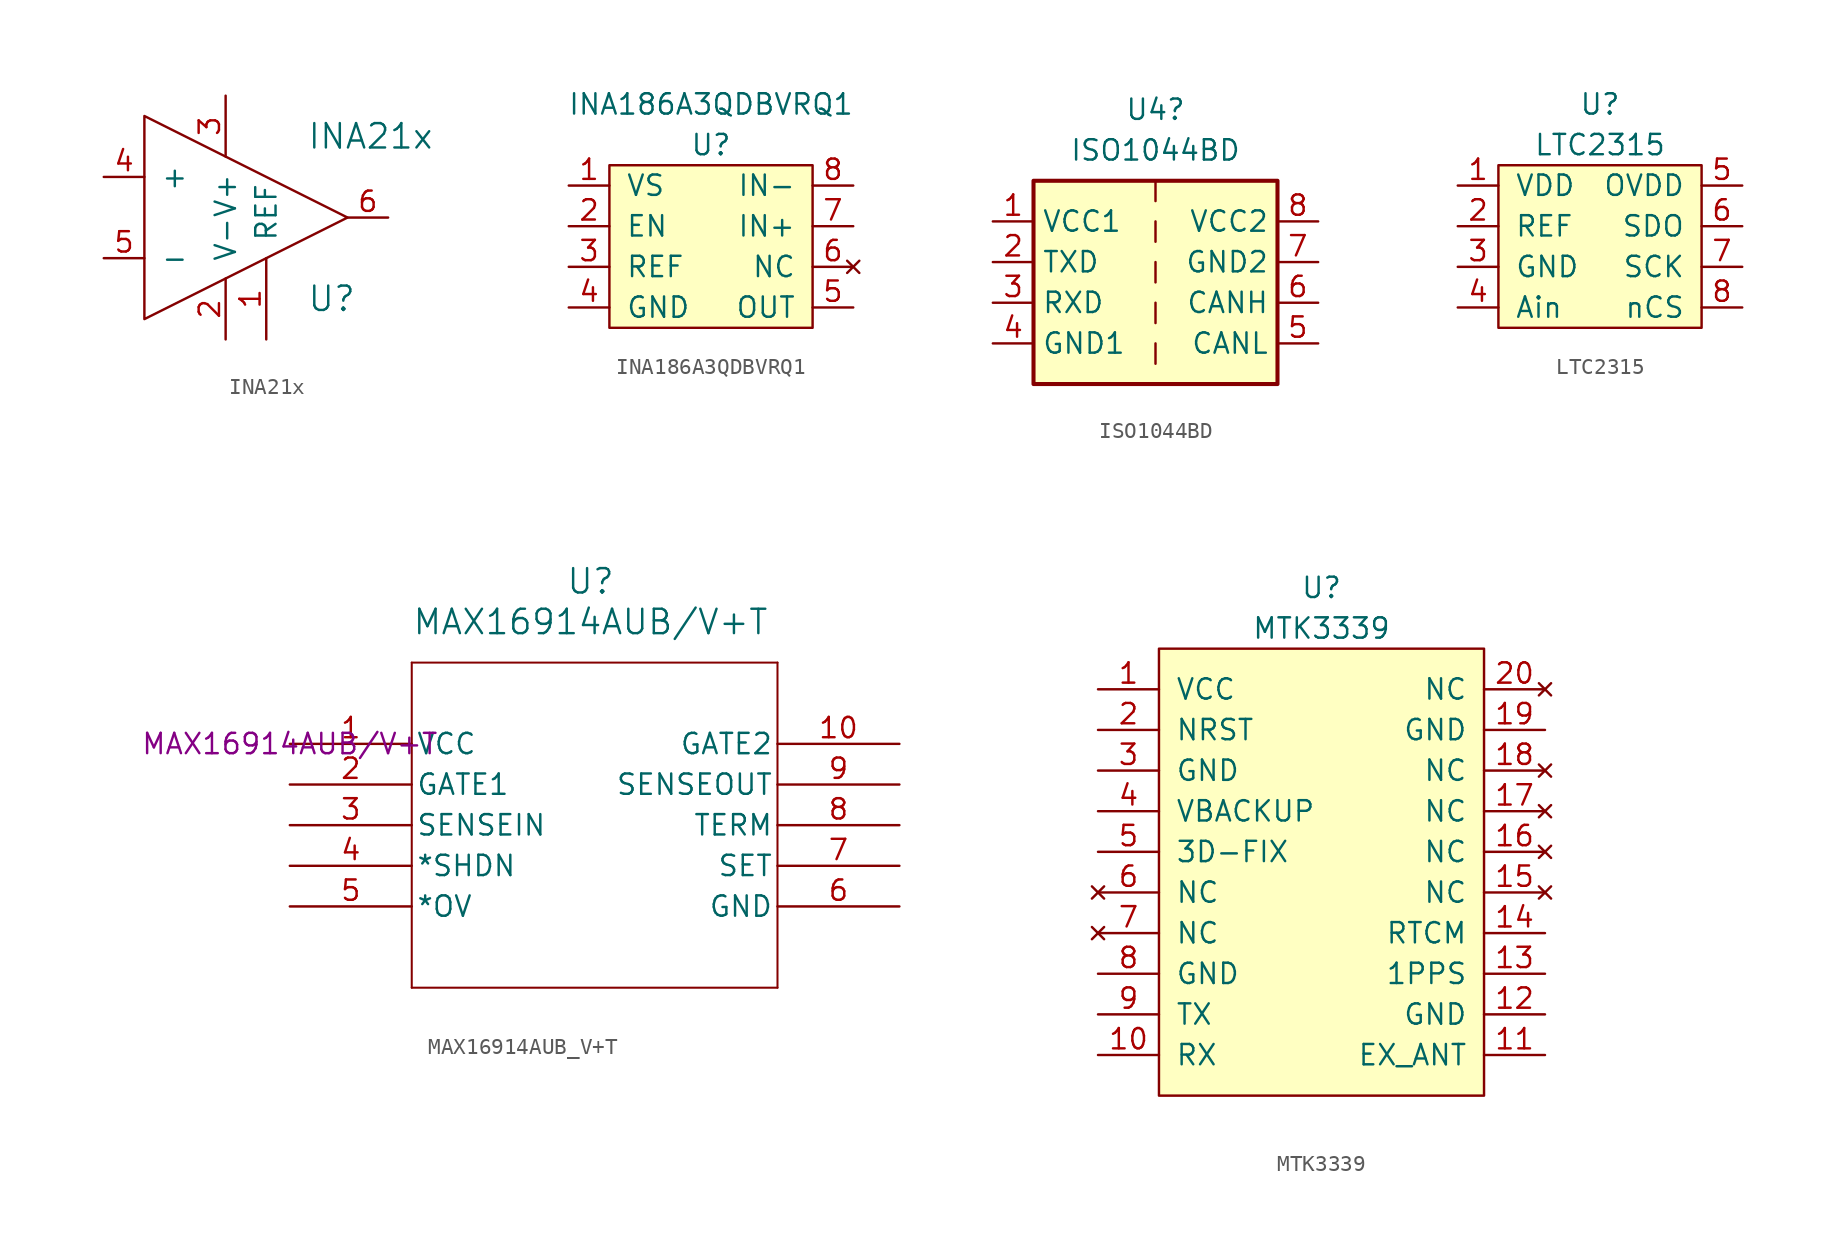
<source format=kicad_sym>
(kicad_symbol_lib
  (version 20220914)
  (generator kicad_symbol_editor)
  (symbol "INA21x"
    (pin_names
      (offset 1.016))
    (property "Reference" "U"
      (at 5.08 -5.08 0)
      (effects (font (size 1.524 1.524)) (justify left)))
    (property "Value" "INA21x"
      (at 5.08 5.08 0)
      (effects (font (size 1.524 1.524)) (justify left)))
    (symbol "INA21x_0_1"
      (polyline (pts (xy -5.08 6.35) (xy 7.62 0) (xy -5.08 -6.35) (xy -5.08 6.35)) (stroke (width 0) (type solid)) (fill (type none))))
    (symbol "INA21x_1_1"
      (pin input line (at 2.54 -7.62 90) (length 5.08) (name "REF" (effects (font (size 1.27 1.27)))) (number "1" (effects (font (size 1.27 1.27)))))
      (pin power_in line (at 0 -7.62 90) (length 3.81) (name "V-" (effects (font (size 1.27 1.27)))) (number "2" (effects (font (size 1.27 1.27)))))
      (pin power_in line (at 0 7.62 270) (length 3.81) (name "V+" (effects (font (size 1.27 1.27)))) (number "3" (effects (font (size 1.27 1.27)))))
      (pin input line (at -7.62 2.54 0) (length 2.54) (name "+" (effects (font (size 1.27 1.27)))) (number "4" (effects (font (size 1.27 1.27)))))
      (pin input line (at -7.62 -2.54 0) (length 2.54) (name "-" (effects (font (size 1.27 1.27)))) (number "5" (effects (font (size 1.27 1.27)))))
      (pin output line (at 10.16 0 180) (length 2.54) (name "~" (effects (font (size 1.27 1.27)))) (number "6" (effects (font (size 1.27 1.27)))))))
  (symbol "INA186A3QDBVRQ1"
    (pin_names
      (offset 1.016))
    (property "Reference" "U"
      (at 0 5.08 0)
      (effects (font (size 1.27 1.27))))
    (property "Value" "INA186A3QDBVRQ1"
      (at 0 7.62 0)
      (effects (font (size 1.27 1.27))))
    (symbol "INA186A3QDBVRQ1_0_1"
      (rectangle (start 6.35 -6.35) (end -6.35 3.81) (stroke (width 0) (type solid)) (fill (type background))))
    (symbol "INA186A3QDBVRQ1_1_1"
      (pin power_in line (at -8.89 2.54 0) (length 2.54) (name "VS" (effects (font (size 1.27 1.27)))) (number "1" (effects (font (size 1.27 1.27)))))
      (pin input line (at -8.89 0 0) (length 2.54) (name "EN" (effects (font (size 1.27 1.27)))) (number "2" (effects (font (size 1.27 1.27)))))
      (pin input line (at -8.89 -2.54 0) (length 2.54) (name "REF" (effects (font (size 1.27 1.27)))) (number "3" (effects (font (size 1.27 1.27)))))
      (pin power_in line (at -8.89 -5.08 0) (length 2.54) (name "GND" (effects (font (size 1.27 1.27)))) (number "4" (effects (font (size 1.27 1.27)))))
      (pin output line (at 8.89 -5.08 180) (length 2.54) (name "OUT" (effects (font (size 1.27 1.27)))) (number "5" (effects (font (size 1.27 1.27)))))
      (pin no_connect line (at 8.89 -2.54 180) (length 2.54) (name "NC" (effects (font (size 1.27 1.27)))) (number "6" (effects (font (size 1.27 1.27)))))
      (pin input line (at 8.89 0 180) (length 2.54) (name "IN+" (effects (font (size 1.27 1.27)))) (number "7" (effects (font (size 1.27 1.27)))))
      (pin input line (at 8.89 2.54 180) (length 2.54) (name "IN-" (effects (font (size 1.27 1.27)))) (number "8" (effects (font (size 1.27 1.27)))))))
  (symbol "ISO1044BD"
    (property "Reference" "U4"
      (at 0 9.525 0)
      (effects (font (size 1.27 1.27))))
    (property "Value" "ISO1044BD"
      (at 0 6.985 0)
      (effects (font (size 1.27 1.27))))
    (symbol "ISO1044BD_0_1"
      (rectangle (start -7.62 5.08) (end 7.62 -7.62) (stroke (width 0.254) (type default)) (fill (type background)))
      (polyline (pts (xy 0 -5.08) (xy 0 -6.35)) (stroke (width 0) (type default)) (fill (type none)))
      (polyline (pts (xy 0 -2.54) (xy 0 -3.81)) (stroke (width 0) (type default)) (fill (type none)))
      (polyline (pts (xy 0 0) (xy 0 -1.27)) (stroke (width 0) (type default)) (fill (type none)))
      (polyline (pts (xy 0 2.54) (xy 0 1.27)) (stroke (width 0) (type default)) (fill (type none)))
      (polyline (pts (xy 0 5.08) (xy 0 3.81)) (stroke (width 0) (type default)) (fill (type none))))
    (symbol "ISO1044BD_1_1"
      (pin power_in line (at -10.16 2.54 0) (length 2.54) (name "VCC1" (effects (font (size 1.27 1.27)))) (number "1" (effects (font (size 1.27 1.27)))))
      (pin input line (at -10.16 0 0) (length 2.54) (name "TXD" (effects (font (size 1.27 1.27)))) (number "2" (effects (font (size 1.27 1.27)))))
      (pin output line (at -10.16 -2.54 0) (length 2.54) (name "RXD" (effects (font (size 1.27 1.27)))) (number "3" (effects (font (size 1.27 1.27)))))
      (pin power_in line (at -10.16 -5.08 0) (length 2.54) (name "GND1" (effects (font (size 1.27 1.27)))) (number "4" (effects (font (size 1.27 1.27)))))
      (pin bidirectional line (at 10.16 -5.08 180) (length 2.54) (name "CANL" (effects (font (size 1.27 1.27)))) (number "5" (effects (font (size 1.27 1.27)))))
      (pin bidirectional line (at 10.16 -2.54 180) (length 2.54) (name "CANH" (effects (font (size 1.27 1.27)))) (number "6" (effects (font (size 1.27 1.27)))))
      (pin power_in line (at 10.16 0 180) (length 2.54) (name "GND2" (effects (font (size 1.27 1.27)))) (number "7" (effects (font (size 1.27 1.27)))))
      (pin power_in line (at 10.16 2.54 180) (length 2.54) (name "VCC2" (effects (font (size 1.27 1.27)))) (number "8" (effects (font (size 1.27 1.27)))))))
  (symbol "LTC2315"
    (pin_names
      (offset 1.016))
    (property "Reference" "U"
      (at 2.54 8.89 0)
      (effects (font (size 1.27 1.27))))
    (property "Value" "LTC2315"
      (at 2.54 6.35 0)
      (effects (font (size 1.27 1.27))))
    (symbol "LTC2315_0_1"
      (rectangle (start -3.81 5.08) (end 8.89 -5.08) (stroke (width 0) (type solid)) (fill (type background))))
    (symbol "LTC2315_1_1"
      (pin power_in line (at -6.35 3.81 0) (length 2.54) (name "VDD" (effects (font (size 1.27 1.27)))) (number "1" (effects (font (size 1.27 1.27)))))
      (pin bidirectional line (at -6.35 1.27 0) (length 2.54) (name "REF" (effects (font (size 1.27 1.27)))) (number "2" (effects (font (size 1.27 1.27)))))
      (pin power_in line (at -6.35 -1.27 0) (length 2.54) (name "GND" (effects (font (size 1.27 1.27)))) (number "3" (effects (font (size 1.27 1.27)))))
      (pin input line (at -6.35 -3.81 0) (length 2.54) (name "Ain" (effects (font (size 1.27 1.27)))) (number "4" (effects (font (size 1.27 1.27)))))
      (pin power_in line (at 11.43 3.81 180) (length 2.54) (name "OVDD" (effects (font (size 1.27 1.27)))) (number "5" (effects (font (size 1.27 1.27)))))
      (pin input line (at 11.43 1.27 180) (length 2.54) (name "SDO" (effects (font (size 1.27 1.27)))) (number "6" (effects (font (size 1.27 1.27)))))
      (pin input line (at 11.43 -1.27 180) (length 2.54) (name "SCK" (effects (font (size 1.27 1.27)))) (number "7" (effects (font (size 1.27 1.27)))))
      (pin input line (at 11.43 -3.81 180) (length 2.54) (name "nCS" (effects (font (size 1.27 1.27)))) (number "8" (effects (font (size 1.27 1.27)))))))
  (symbol "MAX16914AUB_V+T"
    (pin_names
      (offset 0.254))
    (property "Reference" "U"
      (at 18.796 10.16 0)
      (effects (font (size 1.524 1.524))))
    (property "Value" "MAX16914AUB/V+T"
      (at 18.796 7.62 0)
      (effects (font (size 1.524 1.524))))
    (property "P/N" "MAX16914AUB/V+T"
      (at 0 0 0)
      (effects (font (size 1.27 1.27))))
    (symbol "MAX16914AUB_V+T_0_1"
      (polyline (pts (xy 7.62 -15.24) (xy 30.48 -15.24)) (stroke (width 0.127) (type default)) (fill (type none)))
      (polyline (pts (xy 7.62 5.08) (xy 7.62 -15.24)) (stroke (width 0.127) (type default)) (fill (type none)))
      (polyline (pts (xy 30.48 -15.24) (xy 30.48 5.08)) (stroke (width 0.127) (type default)) (fill (type none)))
      (polyline (pts (xy 30.48 5.08) (xy 7.62 5.08)) (stroke (width 0.127) (type default)) (fill (type none)))
      (pin power_in line (at 0 0 0) (length 7.62) (name "VCC" (effects (font (size 1.27 1.27)))) (number "1" (effects (font (size 1.27 1.27)))))
      (pin bidirectional line (at 38.1 0 180) (length 7.62) (name "GATE2" (effects (font (size 1.27 1.27)))) (number "10" (effects (font (size 1.27 1.27)))))
      (pin bidirectional line (at 0 -2.54 0) (length 7.62) (name "GATE1" (effects (font (size 1.27 1.27)))) (number "2" (effects (font (size 1.27 1.27)))))
      (pin input line (at 0 -5.08 0) (length 7.62) (name "SENSEIN" (effects (font (size 1.27 1.27)))) (number "3" (effects (font (size 1.27 1.27)))))
      (pin bidirectional line (at 0 -7.62 0) (length 7.62) (name "*SHDN" (effects (font (size 1.27 1.27)))) (number "4" (effects (font (size 1.27 1.27)))))
      (pin bidirectional line (at 0 -10.16 0) (length 7.62) (name "*OV" (effects (font (size 1.27 1.27)))) (number "5" (effects (font (size 1.27 1.27)))))
      (pin power_in line (at 38.1 -10.16 180) (length 7.62) (name "GND" (effects (font (size 1.27 1.27)))) (number "6" (effects (font (size 1.27 1.27)))))
      (pin bidirectional line (at 38.1 -7.62 180) (length 7.62) (name "SET" (effects (font (size 1.27 1.27)))) (number "7" (effects (font (size 1.27 1.27)))))
      (pin bidirectional line (at 38.1 -5.08 180) (length 7.62) (name "TERM" (effects (font (size 1.27 1.27)))) (number "8" (effects (font (size 1.27 1.27)))))
      (pin output line (at 38.1 -2.54 180) (length 7.62) (name "SENSEOUT" (effects (font (size 1.27 1.27)))) (number "9" (effects (font (size 1.27 1.27)))))))
  (symbol "MTK3339"
    (pin_names
      (offset 1.016))
    (property "Reference" "U"
      (at 0 3.81 0)
      (effects (font (size 1.27 1.27))))
    (property "Value" "MTK3339"
      (at 0 1.27 0)
      (effects (font (size 1.27 1.27))))
    (symbol "MTK3339_0_1"
      (rectangle (start -10.16 0) (end 10.16 -27.94) (stroke (width 0) (type solid)) (fill (type background))))
    (symbol "MTK3339_1_1"
      (pin power_in line (at -13.97 -2.54 0) (length 3.81) (name "VCC" (effects (font (size 1.27 1.27)))) (number "1" (effects (font (size 1.27 1.27)))))
      (pin input line (at -13.97 -25.4 0) (length 3.81) (name "RX" (effects (font (size 1.27 1.27)))) (number "10" (effects (font (size 1.27 1.27)))))
      (pin input line (at 13.97 -25.4 180) (length 3.81) (name "EX_ANT" (effects (font (size 1.27 1.27)))) (number "11" (effects (font (size 1.27 1.27)))))
      (pin power_in line (at 13.97 -22.86 180) (length 3.81) (name "GND" (effects (font (size 1.27 1.27)))) (number "12" (effects (font (size 1.27 1.27)))))
      (pin output line (at 13.97 -20.32 180) (length 3.81) (name "1PPS" (effects (font (size 1.27 1.27)))) (number "13" (effects (font (size 1.27 1.27)))))
      (pin input line (at 13.97 -17.78 180) (length 3.81) (name "RTCM" (effects (font (size 1.27 1.27)))) (number "14" (effects (font (size 1.27 1.27)))))
      (pin no_connect line (at 13.97 -15.24 180) (length 3.81) (name "NC" (effects (font (size 1.27 1.27)))) (number "15" (effects (font (size 1.27 1.27)))))
      (pin no_connect line (at 13.97 -12.7 180) (length 3.81) (name "NC" (effects (font (size 1.27 1.27)))) (number "16" (effects (font (size 1.27 1.27)))))
      (pin no_connect line (at 13.97 -10.16 180) (length 3.81) (name "NC" (effects (font (size 1.27 1.27)))) (number "17" (effects (font (size 1.27 1.27)))))
      (pin no_connect line (at 13.97 -7.62 180) (length 3.81) (name "NC" (effects (font (size 1.27 1.27)))) (number "18" (effects (font (size 1.27 1.27)))))
      (pin power_in line (at 13.97 -5.08 180) (length 3.81) (name "GND" (effects (font (size 1.27 1.27)))) (number "19" (effects (font (size 1.27 1.27)))))
      (pin input line (at -13.97 -5.08 0) (length 3.81) (name "NRST" (effects (font (size 1.27 1.27)))) (number "2" (effects (font (size 1.27 1.27)))))
      (pin no_connect line (at 13.97 -2.54 180) (length 3.81) (name "NC" (effects (font (size 1.27 1.27)))) (number "20" (effects (font (size 1.27 1.27)))))
      (pin power_in line (at -13.97 -7.62 0) (length 3.81) (name "GND" (effects (font (size 1.27 1.27)))) (number "3" (effects (font (size 1.27 1.27)))))
      (pin power_in line (at -13.97 -10.16 0) (length 3.81) (name "VBACKUP" (effects (font (size 1.27 1.27)))) (number "4" (effects (font (size 1.27 1.27)))))
      (pin output line (at -13.97 -12.7 0) (length 3.81) (name "3D-FIX" (effects (font (size 1.27 1.27)))) (number "5" (effects (font (size 1.27 1.27)))))
      (pin no_connect line (at -13.97 -15.24 0) (length 3.81) (name "NC" (effects (font (size 1.27 1.27)))) (number "6" (effects (font (size 1.27 1.27)))))
      (pin no_connect line (at -13.97 -17.78 0) (length 3.81) (name "NC" (effects (font (size 1.27 1.27)))) (number "7" (effects (font (size 1.27 1.27)))))
      (pin power_in line (at -13.97 -20.32 0) (length 3.81) (name "GND" (effects (font (size 1.27 1.27)))) (number "8" (effects (font (size 1.27 1.27)))))
      (pin output line (at -13.97 -22.86 0) (length 3.81) (name "TX" (effects (font (size 1.27 1.27)))) (number "9" (effects (font (size 1.27 1.27))))))))
</source>
